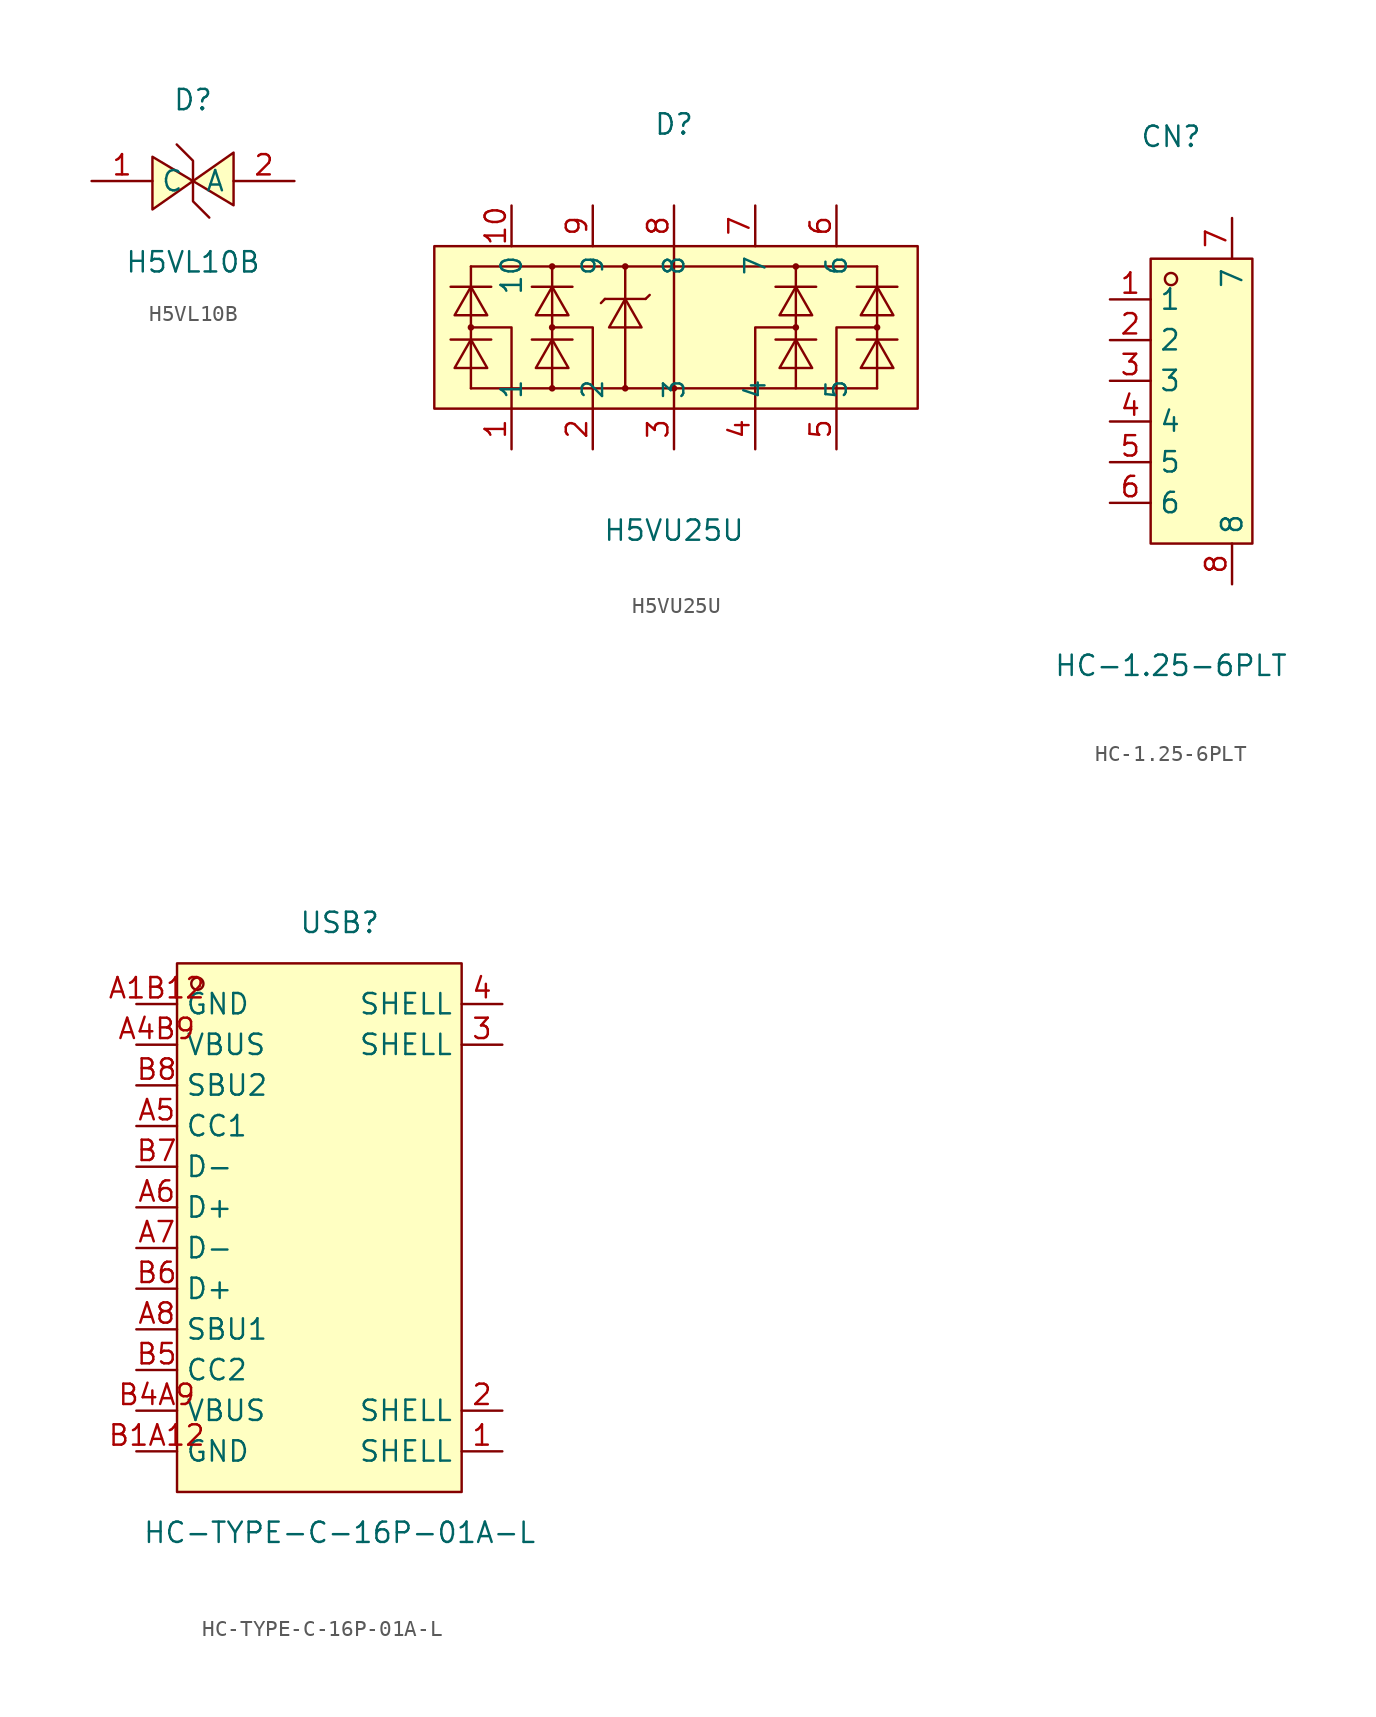
<source format=kicad_sym>
(kicad_symbol_lib
  (version 20231120)
  (generator "kicad_symbol_editor")
  (generator_version "8.0")
  (symbol "H5VL10B"
    (property "Reference" "D"
      (at 0 5.08 0)
      (effects (font (size 1.27 1.27))))
    (property "Value" "H5VL10B"
      (at 0 -5.08 0)
      (effects (font (size 1.27 1.27))))
    (symbol "H5VL10B_0_1"
      (polyline (pts (xy -2.54 1.52) (xy 0 0) (xy -2.54 -1.78) (xy -2.54 1.52)) (stroke (width 0) (type default)) (fill (type background)))
      (polyline (pts (xy -1.02 2.29) (xy 0 1.27) (xy 0 -1.27) (xy 1.02 -2.29)) (stroke (width 0) (type default)) (fill (type none)))
      (polyline (pts (xy 2.54 -1.52) (xy 0 0) (xy 2.54 1.78) (xy 2.54 -1.52)) (stroke (width 0) (type default)) (fill (type background)))
      (pin unspecified line (at -6.35 0 0) (length 3.81) (name "C" (effects (font (size 1.27 1.27)))) (number "1" (effects (font (size 1.27 1.27)))))
      (pin unspecified line (at 6.35 0 180) (length 3.81) (name "A" (effects (font (size 1.27 1.27)))) (number "2" (effects (font (size 1.27 1.27)))))))
  (symbol "H5VU25U"
    (property "Reference" "D"
      (at 0 12.7 0)
      (effects (font (size 1.27 1.27))))
    (property "Value" "H5VU25U"
      (at 0 -12.7 0)
      (effects (font (size 1.27 1.27))))
    (symbol "H5VU25U_0_1"
      (rectangle (start -14.99 5.08) (end 15.24 -5.08) (stroke (width 0) (type default)) (fill (type background)))
      (circle (center -12.7 0) (radius 0.13) (stroke (width 0) (type default)) (fill (type none)))
      (circle (center -7.62 -3.81) (radius 0.13) (stroke (width 0) (type default)) (fill (type none)))
      (circle (center -7.62 0) (radius 0.13) (stroke (width 0) (type default)) (fill (type none)))
      (circle (center -7.62 3.81) (radius 0.13) (stroke (width 0) (type default)) (fill (type none)))
      (circle (center -3.05 -3.81) (radius 0.13) (stroke (width 0) (type default)) (fill (type none)))
      (circle (center -3.05 3.81) (radius 0.13) (stroke (width 0) (type default)) (fill (type none)))
      (circle (center 0 -3.81) (radius 0.13) (stroke (width 0) (type default)) (fill (type none)))
      (polyline (pts (xy -13.97 -0.76) (xy -11.43 -0.76)) (stroke (width 0) (type default)) (fill (type none)))
      (polyline (pts (xy -13.97 2.54) (xy -11.43 2.54)) (stroke (width 0) (type default)) (fill (type none)))
      (polyline (pts (xy -12.7 -3.81) (xy -12.7 3.81)) (stroke (width 0) (type default)) (fill (type none)))
      (polyline (pts (xy -12.7 -3.81) (xy 12.7 -3.81)) (stroke (width 0) (type default)) (fill (type none)))
      (polyline (pts (xy -12.7 3.81) (xy 12.7 3.81)) (stroke (width 0) (type default)) (fill (type none)))
      (polyline (pts (xy -10.16 -3.81) (xy -10.16 -5.08)) (stroke (width 0) (type default)) (fill (type none)))
      (polyline (pts (xy -8.89 -0.76) (xy -6.35 -0.76)) (stroke (width 0) (type default)) (fill (type none)))
      (polyline (pts (xy -8.89 2.54) (xy -6.35 2.54)) (stroke (width 0) (type default)) (fill (type none)))
      (polyline (pts (xy -7.62 -3.81) (xy -7.62 3.81)) (stroke (width 0) (type default)) (fill (type none)))
      (polyline (pts (xy -5.08 -3.81) (xy -5.08 -5.08)) (stroke (width 0) (type default)) (fill (type none)))
      (polyline (pts (xy -4.32 1.78) (xy -4.57 1.52)) (stroke (width 0) (type default)) (fill (type none)))
      (polyline (pts (xy -4.32 1.78) (xy -1.78 1.78)) (stroke (width 0) (type default)) (fill (type none)))
      (polyline (pts (xy -3.05 -3.81) (xy -3.05 3.81)) (stroke (width 0) (type default)) (fill (type none)))
      (polyline (pts (xy -1.78 1.78) (xy -1.52 2.03)) (stroke (width 0) (type default)) (fill (type none)))
      (polyline (pts (xy 0 5.08) (xy 0 -5.08)) (stroke (width 0) (type default)) (fill (type none)))
      (polyline (pts (xy 5.08 -3.81) (xy 5.08 -5.08)) (stroke (width 0) (type default)) (fill (type none)))
      (polyline (pts (xy 6.35 -0.76) (xy 8.89 -0.76)) (stroke (width 0) (type default)) (fill (type none)))
      (polyline (pts (xy 6.35 2.54) (xy 8.89 2.54)) (stroke (width 0) (type default)) (fill (type none)))
      (polyline (pts (xy 7.62 -3.81) (xy 7.62 3.81)) (stroke (width 0) (type default)) (fill (type none)))
      (polyline (pts (xy 11.43 -0.76) (xy 13.97 -0.76)) (stroke (width 0) (type default)) (fill (type none)))
      (polyline (pts (xy 11.43 2.54) (xy 13.97 2.54)) (stroke (width 0) (type default)) (fill (type none)))
      (polyline (pts (xy 12.7 -3.81) (xy 12.7 3.81)) (stroke (width 0) (type default)) (fill (type none)))
      (polyline (pts (xy -12.7 0) (xy -10.16 0) (xy -10.16 -3.81)) (stroke (width 0) (type default)) (fill (type none)))
      (polyline (pts (xy -7.62 0) (xy -5.08 0) (xy -5.08 -3.81)) (stroke (width 0) (type default)) (fill (type none)))
      (polyline (pts (xy 7.62 0) (xy 5.08 0) (xy 5.08 -3.81)) (stroke (width 0) (type default)) (fill (type none)))
      (polyline (pts (xy 12.7 0) (xy 10.16 0) (xy 10.16 -5.08)) (stroke (width 0) (type default)) (fill (type none)))
      (polyline (pts (xy -13.72 -2.54) (xy -12.7 -0.76) (xy -11.68 -2.54) (xy -13.72 -2.54)) (stroke (width 0) (type default)) (fill (type background)))
      (polyline (pts (xy -13.72 0.76) (xy -12.7 2.54) (xy -11.68 0.76) (xy -13.72 0.76)) (stroke (width 0) (type default)) (fill (type background)))
      (polyline (pts (xy -8.64 -2.54) (xy -7.62 -0.76) (xy -6.6 -2.54) (xy -8.64 -2.54)) (stroke (width 0) (type default)) (fill (type background)))
      (polyline (pts (xy -8.64 0.76) (xy -7.62 2.54) (xy -6.6 0.76) (xy -8.64 0.76)) (stroke (width 0) (type default)) (fill (type background)))
      (polyline (pts (xy -4.06 0) (xy -3.05 1.78) (xy -2.03 0) (xy -4.06 0)) (stroke (width 0) (type default)) (fill (type background)))
      (polyline (pts (xy 6.6 -2.54) (xy 7.62 -0.76) (xy 8.64 -2.54) (xy 6.6 -2.54)) (stroke (width 0) (type default)) (fill (type background)))
      (polyline (pts (xy 6.6 0.76) (xy 7.62 2.54) (xy 8.64 0.76) (xy 6.6 0.76)) (stroke (width 0) (type default)) (fill (type background)))
      (polyline (pts (xy 11.68 -2.54) (xy 12.7 -0.76) (xy 13.72 -2.54) (xy 11.68 -2.54)) (stroke (width 0) (type default)) (fill (type background)))
      (polyline (pts (xy 11.68 0.76) (xy 12.7 2.54) (xy 13.72 0.76) (xy 11.68 0.76)) (stroke (width 0) (type default)) (fill (type background)))
      (circle (center 7.62 0) (radius 0.13) (stroke (width 0) (type default)) (fill (type none)))
      (circle (center 7.62 3.81) (radius 0.13) (stroke (width 0) (type default)) (fill (type none)))
      (circle (center 12.7 0) (radius 0.13) (stroke (width 0) (type default)) (fill (type none)))
      (pin unspecified line (at -10.16 -7.62 90) (length 2.54) (name "1" (effects (font (size 1.27 1.27)))) (number "1" (effects (font (size 1.27 1.27)))))
      (pin unspecified line (at -10.16 7.62 270) (length 2.54) (name "10" (effects (font (size 1.27 1.27)))) (number "10" (effects (font (size 1.27 1.27)))))
      (pin unspecified line (at -5.08 -7.62 90) (length 2.54) (name "2" (effects (font (size 1.27 1.27)))) (number "2" (effects (font (size 1.27 1.27)))))
      (pin unspecified line (at 0 -7.62 90) (length 2.54) (name "3" (effects (font (size 1.27 1.27)))) (number "3" (effects (font (size 1.27 1.27)))))
      (pin unspecified line (at 5.08 -7.62 90) (length 2.54) (name "4" (effects (font (size 1.27 1.27)))) (number "4" (effects (font (size 1.27 1.27)))))
      (pin unspecified line (at 10.16 -7.62 90) (length 2.54) (name "5" (effects (font (size 1.27 1.27)))) (number "5" (effects (font (size 1.27 1.27)))))
      (pin unspecified line (at 10.16 7.62 270) (length 2.54) (name "6" (effects (font (size 1.27 1.27)))) (number "6" (effects (font (size 1.27 1.27)))))
      (pin unspecified line (at 5.08 7.62 270) (length 2.54) (name "7" (effects (font (size 1.27 1.27)))) (number "7" (effects (font (size 1.27 1.27)))))
      (pin unspecified line (at 0 7.62 270) (length 2.54) (name "8" (effects (font (size 1.27 1.27)))) (number "8" (effects (font (size 1.27 1.27)))))
      (pin unspecified line (at -5.08 7.62 270) (length 2.54) (name "9" (effects (font (size 1.27 1.27)))) (number "9" (effects (font (size 1.27 1.27)))))))
  (symbol "HC-1.25-6PLT"
    (property "Reference" "CN"
      (at 0 16.51 0)
      (effects (font (size 1.27 1.27))))
    (property "Value" "HC-1.25-6PLT"
      (at 0 -16.51 0)
      (effects (font (size 1.27 1.27))))
    (symbol "HC-1.25-6PLT_0_1"
      (rectangle (start -1.27 8.89) (end 5.08 -8.89) (stroke (width 0) (type default)) (fill (type background)))
      (circle (center 0 7.62) (radius 0.38) (stroke (width 0) (type default)) (fill (type none)))
      (pin unspecified line (at -3.81 6.35 0) (length 2.54) (name "1" (effects (font (size 1.27 1.27)))) (number "1" (effects (font (size 1.27 1.27)))))
      (pin unspecified line (at -3.81 3.81 0) (length 2.54) (name "2" (effects (font (size 1.27 1.27)))) (number "2" (effects (font (size 1.27 1.27)))))
      (pin unspecified line (at -3.81 1.27 0) (length 2.54) (name "3" (effects (font (size 1.27 1.27)))) (number "3" (effects (font (size 1.27 1.27)))))
      (pin unspecified line (at -3.81 -1.27 0) (length 2.54) (name "4" (effects (font (size 1.27 1.27)))) (number "4" (effects (font (size 1.27 1.27)))))
      (pin unspecified line (at -3.81 -3.81 0) (length 2.54) (name "5" (effects (font (size 1.27 1.27)))) (number "5" (effects (font (size 1.27 1.27)))))
      (pin unspecified line (at -3.81 -6.35 0) (length 2.54) (name "6" (effects (font (size 1.27 1.27)))) (number "6" (effects (font (size 1.27 1.27)))))
      (pin unspecified line (at 3.81 11.43 270) (length 2.54) (name "7" (effects (font (size 1.27 1.27)))) (number "7" (effects (font (size 1.27 1.27)))))
      (pin unspecified line (at 3.81 -11.43 90) (length 2.54) (name "8" (effects (font (size 1.27 1.27)))) (number "8" (effects (font (size 1.27 1.27)))))))
  (symbol "HC-TYPE-C-16P-01A-L"
    (property "Reference" "USB"
      (at 0 20.32 0)
      (effects (font (size 1.27 1.27))))
    (property "Value" "HC-TYPE-C-16P-01A-L"
      (at 0 -17.78 0)
      (effects (font (size 1.27 1.27))))
    (symbol "HC-TYPE-C-16P-01A-L_0_1"
      (rectangle (start -10.16 17.78) (end 7.62 -15.24) (stroke (width 0) (type default)) (fill (type background)))
      (circle (center -8.89 16.51) (radius 0.38) (stroke (width 0) (type default)) (fill (type none)))
      (pin unspecified line (at 10.16 -12.7 180) (length 2.54) (name "SHELL" (effects (font (size 1.27 1.27)))) (number "1" (effects (font (size 1.27 1.27)))))
      (pin unspecified line (at 10.16 -10.16 180) (length 2.54) (name "SHELL" (effects (font (size 1.27 1.27)))) (number "2" (effects (font (size 1.27 1.27)))))
      (pin unspecified line (at 10.16 12.7 180) (length 2.54) (name "SHELL" (effects (font (size 1.27 1.27)))) (number "3" (effects (font (size 1.27 1.27)))))
      (pin unspecified line (at 10.16 15.24 180) (length 2.54) (name "SHELL" (effects (font (size 1.27 1.27)))) (number "4" (effects (font (size 1.27 1.27)))))
      (pin unspecified line (at -12.7 15.24 0) (length 2.54) (name "GND" (effects (font (size 1.27 1.27)))) (number "A1B12" (effects (font (size 1.27 1.27)))))
      (pin unspecified line (at -12.7 12.7 0) (length 2.54) (name "VBUS" (effects (font (size 1.27 1.27)))) (number "A4B9" (effects (font (size 1.27 1.27)))))
      (pin unspecified line (at -12.7 7.62 0) (length 2.54) (name "CC1" (effects (font (size 1.27 1.27)))) (number "A5" (effects (font (size 1.27 1.27)))))
      (pin unspecified line (at -12.7 2.54 0) (length 2.54) (name "D+" (effects (font (size 1.27 1.27)))) (number "A6" (effects (font (size 1.27 1.27)))))
      (pin unspecified line (at -12.7 0 0) (length 2.54) (name "D-" (effects (font (size 1.27 1.27)))) (number "A7" (effects (font (size 1.27 1.27)))))
      (pin unspecified line (at -12.7 -5.08 0) (length 2.54) (name "SBU1" (effects (font (size 1.27 1.27)))) (number "A8" (effects (font (size 1.27 1.27)))))
      (pin unspecified line (at -12.7 -12.7 0) (length 2.54) (name "GND" (effects (font (size 1.27 1.27)))) (number "B1A12" (effects (font (size 1.27 1.27)))))
      (pin unspecified line (at -12.7 -10.16 0) (length 2.54) (name "VBUS" (effects (font (size 1.27 1.27)))) (number "B4A9" (effects (font (size 1.27 1.27)))))
      (pin unspecified line (at -12.7 -7.62 0) (length 2.54) (name "CC2" (effects (font (size 1.27 1.27)))) (number "B5" (effects (font (size 1.27 1.27)))))
      (pin unspecified line (at -12.7 -2.54 0) (length 2.54) (name "D+" (effects (font (size 1.27 1.27)))) (number "B6" (effects (font (size 1.27 1.27)))))
      (pin unspecified line (at -12.7 5.08 0) (length 2.54) (name "D-" (effects (font (size 1.27 1.27)))) (number "B7" (effects (font (size 1.27 1.27)))))
      (pin unspecified line (at -12.7 10.16 0) (length 2.54) (name "SBU2" (effects (font (size 1.27 1.27)))) (number "B8" (effects (font (size 1.27 1.27))))))))
</source>
